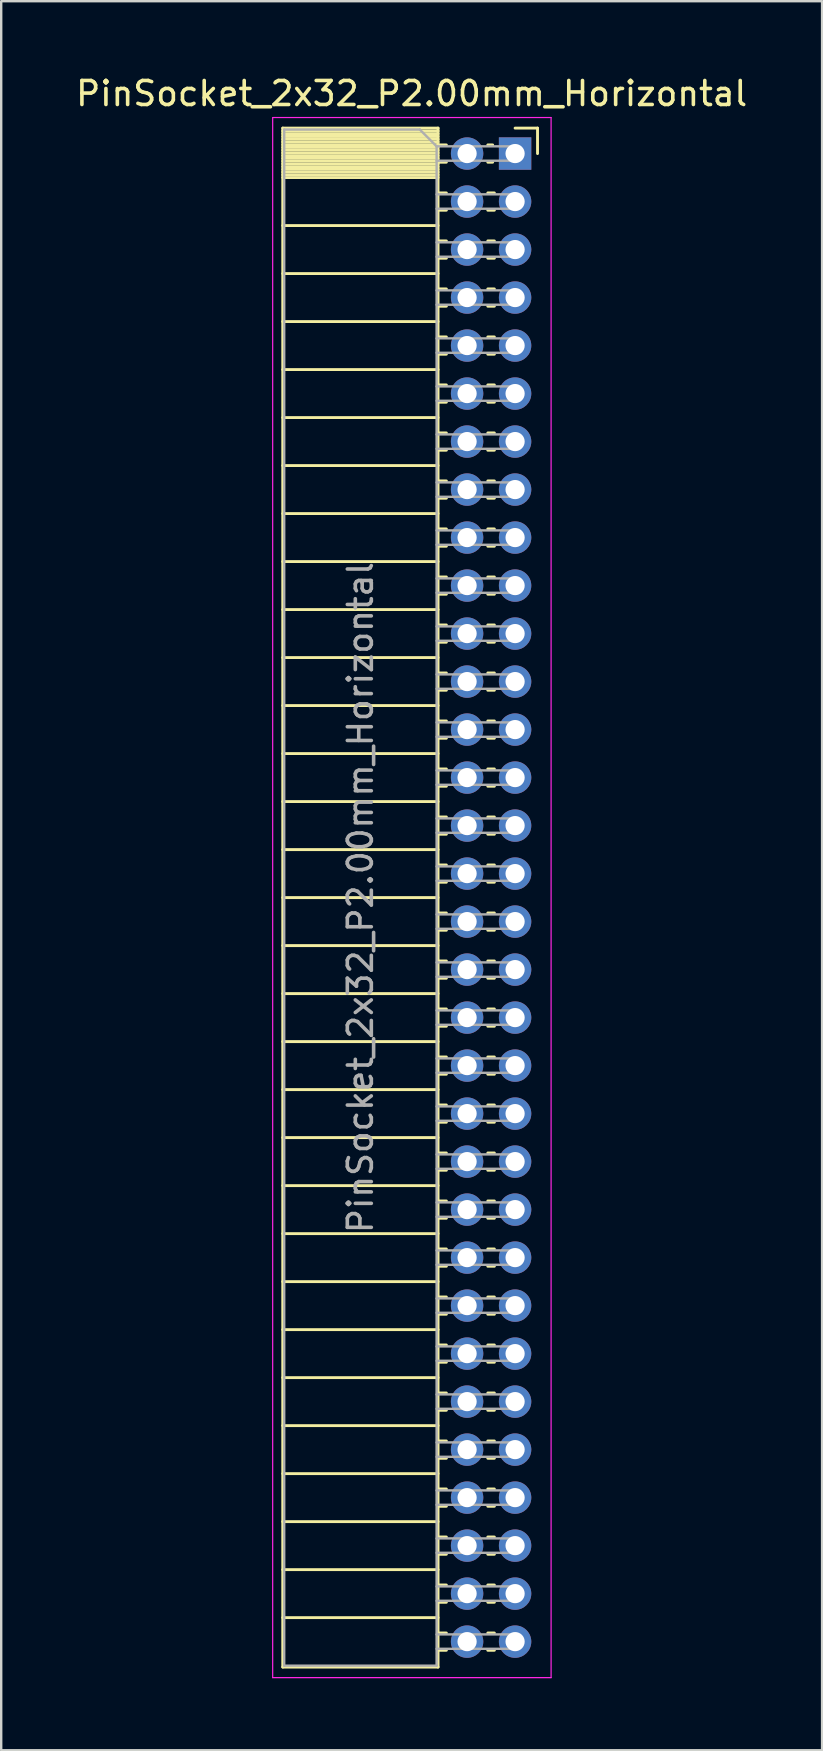
<source format=kicad_pcb>
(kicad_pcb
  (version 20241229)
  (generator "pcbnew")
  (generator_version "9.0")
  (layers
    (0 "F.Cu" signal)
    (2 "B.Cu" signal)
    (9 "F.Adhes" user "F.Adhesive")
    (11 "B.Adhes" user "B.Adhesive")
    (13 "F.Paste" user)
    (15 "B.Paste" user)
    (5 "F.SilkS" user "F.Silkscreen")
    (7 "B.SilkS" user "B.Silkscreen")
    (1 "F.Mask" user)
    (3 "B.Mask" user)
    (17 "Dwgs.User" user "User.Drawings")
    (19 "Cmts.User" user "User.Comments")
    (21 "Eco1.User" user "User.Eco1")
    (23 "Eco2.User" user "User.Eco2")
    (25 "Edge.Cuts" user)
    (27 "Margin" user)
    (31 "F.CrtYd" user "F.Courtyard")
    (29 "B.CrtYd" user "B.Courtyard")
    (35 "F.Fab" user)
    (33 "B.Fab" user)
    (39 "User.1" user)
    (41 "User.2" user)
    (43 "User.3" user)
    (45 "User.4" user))
  (footprint "PinSocket_2x32_P2.00mm_Horizontal"
    (layer "F.Cu")
    (at 18.411 3.348)
    (property "Reference" "PinSocket_2x32_P2.00mm_Horizontal" (at -4.31 -2.5 0) (layer "F.SilkS") (effects (font (size 1 1) (thickness 0.15))))
    (attr through_hole)
    (fp_line (start -9.68 -1.06) (end -9.68 63.06) (stroke (width 0.12) (type solid)) (layer "F.SilkS"))
    (fp_line (start -9.68 -1.06) (end -3.21 -1.06) (stroke (width 0.12) (type solid)) (layer "F.SilkS"))
    (fp_line (start -9.68 -0.94) (end -3.21 -0.94) (stroke (width 0.12) (type solid)) (layer "F.SilkS"))
    (fp_line (start -9.68 -0.826) (end -3.21 -0.826) (stroke (width 0.12) (type solid)) (layer "F.SilkS"))
    (fp_line (start -9.68 -0.712) (end -3.21 -0.712) (stroke (width 0.12) (type solid)) (layer "F.SilkS"))
    (fp_line (start -9.68 -0.598) (end -3.21 -0.598) (stroke (width 0.12) (type solid)) (layer "F.SilkS"))
    (fp_line (start -9.68 -0.484) (end -3.21 -0.484) (stroke (width 0.12) (type solid)) (layer "F.SilkS"))
    (fp_line (start -9.68 -0.369) (end -3.21 -0.369) (stroke (width 0.12) (type solid)) (layer "F.SilkS"))
    (fp_line (start -9.68 -0.255) (end -3.21 -0.255) (stroke (width 0.12) (type solid)) (layer "F.SilkS"))
    (fp_line (start -9.68 -0.141) (end -3.21 -0.141) (stroke (width 0.12) (type solid)) (layer "F.SilkS"))
    (fp_line (start -9.68 -0.027) (end -3.21 -0.027) (stroke (width 0.12) (type solid)) (layer "F.SilkS"))
    (fp_line (start -9.68 0.087) (end -3.21 0.087) (stroke (width 0.12) (type solid)) (layer "F.SilkS"))
    (fp_line (start -9.68 0.201) (end -3.21 0.201) (stroke (width 0.12) (type solid)) (layer "F.SilkS"))
    (fp_line (start -9.68 0.315) (end -3.21 0.315) (stroke (width 0.12) (type solid)) (layer "F.SilkS"))
    (fp_line (start -9.68 0.429) (end -3.21 0.429) (stroke (width 0.12) (type solid)) (layer "F.SilkS"))
    (fp_line (start -9.68 0.544) (end -3.21 0.544) (stroke (width 0.12) (type solid)) (layer "F.SilkS"))
    (fp_line (start -9.68 0.658) (end -3.21 0.658) (stroke (width 0.12) (type solid)) (layer "F.SilkS"))
    (fp_line (start -9.68 0.772) (end -3.21 0.772) (stroke (width 0.12) (type solid)) (layer "F.SilkS"))
    (fp_line (start -9.68 0.886) (end -3.21 0.886) (stroke (width 0.12) (type solid)) (layer "F.SilkS"))
    (fp_line (start -9.68 1) (end -3.21 1) (stroke (width 0.12) (type solid)) (layer "F.SilkS"))
    (fp_line (start -9.68 3) (end -3.21 3) (stroke (width 0.12) (type solid)) (layer "F.SilkS"))
    (fp_line (start -9.68 5) (end -3.21 5) (stroke (width 0.12) (type solid)) (layer "F.SilkS"))
    (fp_line (start -9.68 7) (end -3.21 7) (stroke (width 0.12) (type solid)) (layer "F.SilkS"))
    (fp_line (start -9.68 9) (end -3.21 9) (stroke (width 0.12) (type solid)) (layer "F.SilkS"))
    (fp_line (start -9.68 11) (end -3.21 11) (stroke (width 0.12) (type solid)) (layer "F.SilkS"))
    (fp_line (start -9.68 13) (end -3.21 13) (stroke (width 0.12) (type solid)) (layer "F.SilkS"))
    (fp_line (start -9.68 15) (end -3.21 15) (stroke (width 0.12) (type solid)) (layer "F.SilkS"))
    (fp_line (start -9.68 17) (end -3.21 17) (stroke (width 0.12) (type solid)) (layer "F.SilkS"))
    (fp_line (start -9.68 19) (end -3.21 19) (stroke (width 0.12) (type solid)) (layer "F.SilkS"))
    (fp_line (start -9.68 21) (end -3.21 21) (stroke (width 0.12) (type solid)) (layer "F.SilkS"))
    (fp_line (start -9.68 23) (end -3.21 23) (stroke (width 0.12) (type solid)) (layer "F.SilkS"))
    (fp_line (start -9.68 25) (end -3.21 25) (stroke (width 0.12) (type solid)) (layer "F.SilkS"))
    (fp_line (start -9.68 27) (end -3.21 27) (stroke (width 0.12) (type solid)) (layer "F.SilkS"))
    (fp_line (start -9.68 29) (end -3.21 29) (stroke (width 0.12) (type solid)) (layer "F.SilkS"))
    (fp_line (start -9.68 31) (end -3.21 31) (stroke (width 0.12) (type solid)) (layer "F.SilkS"))
    (fp_line (start -9.68 33) (end -3.21 33) (stroke (width 0.12) (type solid)) (layer "F.SilkS"))
    (fp_line (start -9.68 35) (end -3.21 35) (stroke (width 0.12) (type solid)) (layer "F.SilkS"))
    (fp_line (start -9.68 37) (end -3.21 37) (stroke (width 0.12) (type solid)) (layer "F.SilkS"))
    (fp_line (start -9.68 39) (end -3.21 39) (stroke (width 0.12) (type solid)) (layer "F.SilkS"))
    (fp_line (start -9.68 41) (end -3.21 41) (stroke (width 0.12) (type solid)) (layer "F.SilkS"))
    (fp_line (start -9.68 43) (end -3.21 43) (stroke (width 0.12) (type solid)) (layer "F.SilkS"))
    (fp_line (start -9.68 45) (end -3.21 45) (stroke (width 0.12) (type solid)) (layer "F.SilkS"))
    (fp_line (start -9.68 47) (end -3.21 47) (stroke (width 0.12) (type solid)) (layer "F.SilkS"))
    (fp_line (start -9.68 49) (end -3.21 49) (stroke (width 0.12) (type solid)) (layer "F.SilkS"))
    (fp_line (start -9.68 51) (end -3.21 51) (stroke (width 0.12) (type solid)) (layer "F.SilkS"))
    (fp_line (start -9.68 53) (end -3.21 53) (stroke (width 0.12) (type solid)) (layer "F.SilkS"))
    (fp_line (start -9.68 55) (end -3.21 55) (stroke (width 0.12) (type solid)) (layer "F.SilkS"))
    (fp_line (start -9.68 57) (end -3.21 57) (stroke (width 0.12) (type solid)) (layer "F.SilkS"))
    (fp_line (start -9.68 59) (end -3.21 59) (stroke (width 0.12) (type solid)) (layer "F.SilkS"))
    (fp_line (start -9.68 61) (end -3.21 61) (stroke (width 0.12) (type solid)) (layer "F.SilkS"))
    (fp_line (start -9.68 63.06) (end -3.21 63.06) (stroke (width 0.12) (type solid)) (layer "F.SilkS"))
    (fp_line (start -3.21 -1.06) (end -3.21 63.06) (stroke (width 0.12) (type solid)) (layer "F.SilkS"))
    (fp_line (start -3.21 -0.36) (end -2.863 -0.36) (stroke (width 0.12) (type solid)) (layer "F.SilkS"))
    (fp_line (start -3.21 0.36) (end -2.863 0.36) (stroke (width 0.12) (type solid)) (layer "F.SilkS"))
    (fp_line (start -3.21 1.64) (end -2.863 1.64) (stroke (width 0.12) (type solid)) (layer "F.SilkS"))
    (fp_line (start -3.21 2.36) (end -2.863 2.36) (stroke (width 0.12) (type solid)) (layer "F.SilkS"))
    (fp_line (start -3.21 3.64) (end -2.863 3.64) (stroke (width 0.12) (type solid)) (layer "F.SilkS"))
    (fp_line (start -3.21 4.36) (end -2.863 4.36) (stroke (width 0.12) (type solid)) (layer "F.SilkS"))
    (fp_line (start -3.21 5.64) (end -2.863 5.64) (stroke (width 0.12) (type solid)) (layer "F.SilkS"))
    (fp_line (start -3.21 6.36) (end -2.863 6.36) (stroke (width 0.12) (type solid)) (layer "F.SilkS"))
    (fp_line (start -3.21 7.64) (end -2.863 7.64) (stroke (width 0.12) (type solid)) (layer "F.SilkS"))
    (fp_line (start -3.21 8.36) (end -2.863 8.36) (stroke (width 0.12) (type solid)) (layer "F.SilkS"))
    (fp_line (start -3.21 9.64) (end -2.863 9.64) (stroke (width 0.12) (type solid)) (layer "F.SilkS"))
    (fp_line (start -3.21 10.36) (end -2.863 10.36) (stroke (width 0.12) (type solid)) (layer "F.SilkS"))
    (fp_line (start -3.21 11.64) (end -2.863 11.64) (stroke (width 0.12) (type solid)) (layer "F.SilkS"))
    (fp_line (start -3.21 12.36) (end -2.863 12.36) (stroke (width 0.12) (type solid)) (layer "F.SilkS"))
    (fp_line (start -3.21 13.64) (end -2.863 13.64) (stroke (width 0.12) (type solid)) (layer "F.SilkS"))
    (fp_line (start -3.21 14.36) (end -2.863 14.36) (stroke (width 0.12) (type solid)) (layer "F.SilkS"))
    (fp_line (start -3.21 15.64) (end -2.863 15.64) (stroke (width 0.12) (type solid)) (layer "F.SilkS"))
    (fp_line (start -3.21 16.36) (end -2.863 16.36) (stroke (width 0.12) (type solid)) (layer "F.SilkS"))
    (fp_line (start -3.21 17.64) (end -2.863 17.64) (stroke (width 0.12) (type solid)) (layer "F.SilkS"))
    (fp_line (start -3.21 18.36) (end -2.863 18.36) (stroke (width 0.12) (type solid)) (layer "F.SilkS"))
    (fp_line (start -3.21 19.64) (end -2.863 19.64) (stroke (width 0.12) (type solid)) (layer "F.SilkS"))
    (fp_line (start -3.21 20.36) (end -2.863 20.36) (stroke (width 0.12) (type solid)) (layer "F.SilkS"))
    (fp_line (start -3.21 21.64) (end -2.863 21.64) (stroke (width 0.12) (type solid)) (layer "F.SilkS"))
    (fp_line (start -3.21 22.36) (end -2.863 22.36) (stroke (width 0.12) (type solid)) (layer "F.SilkS"))
    (fp_line (start -3.21 23.64) (end -2.863 23.64) (stroke (width 0.12) (type solid)) (layer "F.SilkS"))
    (fp_line (start -3.21 24.36) (end -2.863 24.36) (stroke (width 0.12) (type solid)) (layer "F.SilkS"))
    (fp_line (start -3.21 25.64) (end -2.863 25.64) (stroke (width 0.12) (type solid)) (layer "F.SilkS"))
    (fp_line (start -3.21 26.36) (end -2.863 26.36) (stroke (width 0.12) (type solid)) (layer "F.SilkS"))
    (fp_line (start -3.21 27.64) (end -2.863 27.64) (stroke (width 0.12) (type solid)) (layer "F.SilkS"))
    (fp_line (start -3.21 28.36) (end -2.863 28.36) (stroke (width 0.12) (type solid)) (layer "F.SilkS"))
    (fp_line (start -3.21 29.64) (end -2.863 29.64) (stroke (width 0.12) (type solid)) (layer "F.SilkS"))
    (fp_line (start -3.21 30.36) (end -2.863 30.36) (stroke (width 0.12) (type solid)) (layer "F.SilkS"))
    (fp_line (start -3.21 31.64) (end -2.863 31.64) (stroke (width 0.12) (type solid)) (layer "F.SilkS"))
    (fp_line (start -3.21 32.36) (end -2.863 32.36) (stroke (width 0.12) (type solid)) (layer "F.SilkS"))
    (fp_line (start -3.21 33.64) (end -2.863 33.64) (stroke (width 0.12) (type solid)) (layer "F.SilkS"))
    (fp_line (start -3.21 34.36) (end -2.863 34.36) (stroke (width 0.12) (type solid)) (layer "F.SilkS"))
    (fp_line (start -3.21 35.64) (end -2.863 35.64) (stroke (width 0.12) (type solid)) (layer "F.SilkS"))
    (fp_line (start -3.21 36.36) (end -2.863 36.36) (stroke (width 0.12) (type solid)) (layer "F.SilkS"))
    (fp_line (start -3.21 37.64) (end -2.863 37.64) (stroke (width 0.12) (type solid)) (layer "F.SilkS"))
    (fp_line (start -3.21 38.36) (end -2.863 38.36) (stroke (width 0.12) (type solid)) (layer "F.SilkS"))
    (fp_line (start -3.21 39.64) (end -2.863 39.64) (stroke (width 0.12) (type solid)) (layer "F.SilkS"))
    (fp_line (start -3.21 40.36) (end -2.863 40.36) (stroke (width 0.12) (type solid)) (layer "F.SilkS"))
    (fp_line (start -3.21 41.64) (end -2.863 41.64) (stroke (width 0.12) (type solid)) (layer "F.SilkS"))
    (fp_line (start -3.21 42.36) (end -2.863 42.36) (stroke (width 0.12) (type solid)) (layer "F.SilkS"))
    (fp_line (start -3.21 43.64) (end -2.863 43.64) (stroke (width 0.12) (type solid)) (layer "F.SilkS"))
    (fp_line (start -3.21 44.36) (end -2.863 44.36) (stroke (width 0.12) (type solid)) (layer "F.SilkS"))
    (fp_line (start -3.21 45.64) (end -2.863 45.64) (stroke (width 0.12) (type solid)) (layer "F.SilkS"))
    (fp_line (start -3.21 46.36) (end -2.863 46.36) (stroke (width 0.12) (type solid)) (layer "F.SilkS"))
    (fp_line (start -3.21 47.64) (end -2.863 47.64) (stroke (width 0.12) (type solid)) (layer "F.SilkS"))
    (fp_line (start -3.21 48.36) (end -2.863 48.36) (stroke (width 0.12) (type solid)) (layer "F.SilkS"))
    (fp_line (start -3.21 49.64) (end -2.863 49.64) (stroke (width 0.12) (type solid)) (layer "F.SilkS"))
    (fp_line (start -3.21 50.36) (end -2.863 50.36) (stroke (width 0.12) (type solid)) (layer "F.SilkS"))
    (fp_line (start -3.21 51.64) (end -2.863 51.64) (stroke (width 0.12) (type solid)) (layer "F.SilkS"))
    (fp_line (start -3.21 52.36) (end -2.863 52.36) (stroke (width 0.12) (type solid)) (layer "F.SilkS"))
    (fp_line (start -3.21 53.64) (end -2.863 53.64) (stroke (width 0.12) (type solid)) (layer "F.SilkS"))
    (fp_line (start -3.21 54.36) (end -2.863 54.36) (stroke (width 0.12) (type solid)) (layer "F.SilkS"))
    (fp_line (start -3.21 55.64) (end -2.863 55.64) (stroke (width 0.12) (type solid)) (layer "F.SilkS"))
    (fp_line (start -3.21 56.36) (end -2.863 56.36) (stroke (width 0.12) (type solid)) (layer "F.SilkS"))
    (fp_line (start -3.21 57.64) (end -2.863 57.64) (stroke (width 0.12) (type solid)) (layer "F.SilkS"))
    (fp_line (start -3.21 58.36) (end -2.863 58.36) (stroke (width 0.12) (type solid)) (layer "F.SilkS"))
    (fp_line (start -3.21 59.64) (end -2.863 59.64) (stroke (width 0.12) (type solid)) (layer "F.SilkS"))
    (fp_line (start -3.21 60.36) (end -2.863 60.36) (stroke (width 0.12) (type solid)) (layer "F.SilkS"))
    (fp_line (start -3.21 61.64) (end -2.863 61.64) (stroke (width 0.12) (type solid)) (layer "F.SilkS"))
    (fp_line (start -3.21 62.36) (end -2.863 62.36) (stroke (width 0.12) (type solid)) (layer "F.SilkS"))
    (fp_line (start -1.137 -0.36) (end -0.935 -0.36) (stroke (width 0.12) (type solid)) (layer "F.SilkS"))
    (fp_line (start -1.137 0.36) (end -0.935 0.36) (stroke (width 0.12) (type solid)) (layer "F.SilkS"))
    (fp_line (start -1.137 1.64) (end -0.863 1.64) (stroke (width 0.12) (type solid)) (layer "F.SilkS"))
    (fp_line (start -1.137 2.36) (end -0.863 2.36) (stroke (width 0.12) (type solid)) (layer "F.SilkS"))
    (fp_line (start -1.137 3.64) (end -0.863 3.64) (stroke (width 0.12) (type solid)) (layer "F.SilkS"))
    (fp_line (start -1.137 4.36) (end -0.863 4.36) (stroke (width 0.12) (type solid)) (layer "F.SilkS"))
    (fp_line (start -1.137 5.64) (end -0.863 5.64) (stroke (width 0.12) (type solid)) (layer "F.SilkS"))
    (fp_line (start -1.137 6.36) (end -0.863 6.36) (stroke (width 0.12) (type solid)) (layer "F.SilkS"))
    (fp_line (start -1.137 7.64) (end -0.863 7.64) (stroke (width 0.12) (type solid)) (layer "F.SilkS"))
    (fp_line (start -1.137 8.36) (end -0.863 8.36) (stroke (width 0.12) (type solid)) (layer "F.SilkS"))
    (fp_line (start -1.137 9.64) (end -0.863 9.64) (stroke (width 0.12) (type solid)) (layer "F.SilkS"))
    (fp_line (start -1.137 10.36) (end -0.863 10.36) (stroke (width 0.12) (type solid)) (layer "F.SilkS"))
    (fp_line (start -1.137 11.64) (end -0.863 11.64) (stroke (width 0.12) (type solid)) (layer "F.SilkS"))
    (fp_line (start -1.137 12.36) (end -0.863 12.36) (stroke (width 0.12) (type solid)) (layer "F.SilkS"))
    (fp_line (start -1.137 13.64) (end -0.863 13.64) (stroke (width 0.12) (type solid)) (layer "F.SilkS"))
    (fp_line (start -1.137 14.36) (end -0.863 14.36) (stroke (width 0.12) (type solid)) (layer "F.SilkS"))
    (fp_line (start -1.137 15.64) (end -0.863 15.64) (stroke (width 0.12) (type solid)) (layer "F.SilkS"))
    (fp_line (start -1.137 16.36) (end -0.863 16.36) (stroke (width 0.12) (type solid)) (layer "F.SilkS"))
    (fp_line (start -1.137 17.64) (end -0.863 17.64) (stroke (width 0.12) (type solid)) (layer "F.SilkS"))
    (fp_line (start -1.137 18.36) (end -0.863 18.36) (stroke (width 0.12) (type solid)) (layer "F.SilkS"))
    (fp_line (start -1.137 19.64) (end -0.863 19.64) (stroke (width 0.12) (type solid)) (layer "F.SilkS"))
    (fp_line (start -1.137 20.36) (end -0.863 20.36) (stroke (width 0.12) (type solid)) (layer "F.SilkS"))
    (fp_line (start -1.137 21.64) (end -0.863 21.64) (stroke (width 0.12) (type solid)) (layer "F.SilkS"))
    (fp_line (start -1.137 22.36) (end -0.863 22.36) (stroke (width 0.12) (type solid)) (layer "F.SilkS"))
    (fp_line (start -1.137 23.64) (end -0.863 23.64) (stroke (width 0.12) (type solid)) (layer "F.SilkS"))
    (fp_line (start -1.137 24.36) (end -0.863 24.36) (stroke (width 0.12) (type solid)) (layer "F.SilkS"))
    (fp_line (start -1.137 25.64) (end -0.863 25.64) (stroke (width 0.12) (type solid)) (layer "F.SilkS"))
    (fp_line (start -1.137 26.36) (end -0.863 26.36) (stroke (width 0.12) (type solid)) (layer "F.SilkS"))
    (fp_line (start -1.137 27.64) (end -0.863 27.64) (stroke (width 0.12) (type solid)) (layer "F.SilkS"))
    (fp_line (start -1.137 28.36) (end -0.863 28.36) (stroke (width 0.12) (type solid)) (layer "F.SilkS"))
    (fp_line (start -1.137 29.64) (end -0.863 29.64) (stroke (width 0.12) (type solid)) (layer "F.SilkS"))
    (fp_line (start -1.137 30.36) (end -0.863 30.36) (stroke (width 0.12) (type solid)) (layer "F.SilkS"))
    (fp_line (start -1.137 31.64) (end -0.863 31.64) (stroke (width 0.12) (type solid)) (layer "F.SilkS"))
    (fp_line (start -1.137 32.36) (end -0.863 32.36) (stroke (width 0.12) (type solid)) (layer "F.SilkS"))
    (fp_line (start -1.137 33.64) (end -0.863 33.64) (stroke (width 0.12) (type solid)) (layer "F.SilkS"))
    (fp_line (start -1.137 34.36) (end -0.863 34.36) (stroke (width 0.12) (type solid)) (layer "F.SilkS"))
    (fp_line (start -1.137 35.64) (end -0.863 35.64) (stroke (width 0.12) (type solid)) (layer "F.SilkS"))
    (fp_line (start -1.137 36.36) (end -0.863 36.36) (stroke (width 0.12) (type solid)) (layer "F.SilkS"))
    (fp_line (start -1.137 37.64) (end -0.863 37.64) (stroke (width 0.12) (type solid)) (layer "F.SilkS"))
    (fp_line (start -1.137 38.36) (end -0.863 38.36) (stroke (width 0.12) (type solid)) (layer "F.SilkS"))
    (fp_line (start -1.137 39.64) (end -0.863 39.64) (stroke (width 0.12) (type solid)) (layer "F.SilkS"))
    (fp_line (start -1.137 40.36) (end -0.863 40.36) (stroke (width 0.12) (type solid)) (layer "F.SilkS"))
    (fp_line (start -1.137 41.64) (end -0.863 41.64) (stroke (width 0.12) (type solid)) (layer "F.SilkS"))
    (fp_line (start -1.137 42.36) (end -0.863 42.36) (stroke (width 0.12) (type solid)) (layer "F.SilkS"))
    (fp_line (start -1.137 43.64) (end -0.863 43.64) (stroke (width 0.12) (type solid)) (layer "F.SilkS"))
    (fp_line (start -1.137 44.36) (end -0.863 44.36) (stroke (width 0.12) (type solid)) (layer "F.SilkS"))
    (fp_line (start -1.137 45.64) (end -0.863 45.64) (stroke (width 0.12) (type solid)) (layer "F.SilkS"))
    (fp_line (start -1.137 46.36) (end -0.863 46.36) (stroke (width 0.12) (type solid)) (layer "F.SilkS"))
    (fp_line (start -1.137 47.64) (end -0.863 47.64) (stroke (width 0.12) (type solid)) (layer "F.SilkS"))
    (fp_line (start -1.137 48.36) (end -0.863 48.36) (stroke (width 0.12) (type solid)) (layer "F.SilkS"))
    (fp_line (start -1.137 49.64) (end -0.863 49.64) (stroke (width 0.12) (type solid)) (layer "F.SilkS"))
    (fp_line (start -1.137 50.36) (end -0.863 50.36) (stroke (width 0.12) (type solid)) (layer "F.SilkS"))
    (fp_line (start -1.137 51.64) (end -0.863 51.64) (stroke (width 0.12) (type solid)) (layer "F.SilkS"))
    (fp_line (start -1.137 52.36) (end -0.863 52.36) (stroke (width 0.12) (type solid)) (layer "F.SilkS"))
    (fp_line (start -1.137 53.64) (end -0.863 53.64) (stroke (width 0.12) (type solid)) (layer "F.SilkS"))
    (fp_line (start -1.137 54.36) (end -0.863 54.36) (stroke (width 0.12) (type solid)) (layer "F.SilkS"))
    (fp_line (start -1.137 55.64) (end -0.863 55.64) (stroke (width 0.12) (type solid)) (layer "F.SilkS"))
    (fp_line (start -1.137 56.36) (end -0.863 56.36) (stroke (width 0.12) (type solid)) (layer "F.SilkS"))
    (fp_line (start -1.137 57.64) (end -0.863 57.64) (stroke (width 0.12) (type solid)) (layer "F.SilkS"))
    (fp_line (start -1.137 58.36) (end -0.863 58.36) (stroke (width 0.12) (type solid)) (layer "F.SilkS"))
    (fp_line (start -1.137 59.64) (end -0.863 59.64) (stroke (width 0.12) (type solid)) (layer "F.SilkS"))
    (fp_line (start -1.137 60.36) (end -0.863 60.36) (stroke (width 0.12) (type solid)) (layer "F.SilkS"))
    (fp_line (start -1.137 61.64) (end -0.863 61.64) (stroke (width 0.12) (type solid)) (layer "F.SilkS"))
    (fp_line (start -1.137 62.36) (end -0.863 62.36) (stroke (width 0.12) (type solid)) (layer "F.SilkS"))
    (fp_line (start 0 -1.06) (end 0.935 -1.06) (stroke (width 0.12) (type solid)) (layer "F.SilkS"))
    (fp_line (start 0.935 -1.06) (end 0.935 0) (stroke (width 0.12) (type solid)) (layer "F.SilkS"))
    (fp_line (start -10.1 -1.5) (end -10.1 63.5) (stroke (width 0.05) (type solid)) (layer "F.CrtYd"))
    (fp_line (start -10.1 63.5) (end 1.5 63.5) (stroke (width 0.05) (type solid)) (layer "F.CrtYd"))
    (fp_line (start 1.5 -1.5) (end -10.1 -1.5) (stroke (width 0.05) (type solid)) (layer "F.CrtYd"))
    (fp_line (start 1.5 63.5) (end 1.5 -1.5) (stroke (width 0.05) (type solid)) (layer "F.CrtYd"))
    (fp_line (start -9.62 -1) (end -3.97 -1) (stroke (width 0.1) (type solid)) (layer "F.Fab"))
    (fp_line (start -9.62 63) (end -9.62 -1) (stroke (width 0.1) (type solid)) (layer "F.Fab"))
    (fp_line (start -3.97 -1) (end -3.27 -0.3) (stroke (width 0.1) (type solid)) (layer "F.Fab"))
    (fp_line (start -3.27 -0.3) (end -3.27 63) (stroke (width 0.1) (type solid)) (layer "F.Fab"))
    (fp_line (start -3.27 0.3) (end 0 0.3) (stroke (width 0.1) (type solid)) (layer "F.Fab"))
    (fp_line (start -3.27 2.3) (end 0 2.3) (stroke (width 0.1) (type solid)) (layer "F.Fab"))
    (fp_line (start -3.27 4.3) (end 0 4.3) (stroke (width 0.1) (type solid)) (layer "F.Fab"))
    (fp_line (start -3.27 6.3) (end 0 6.3) (stroke (width 0.1) (type solid)) (layer "F.Fab"))
    (fp_line (start -3.27 8.3) (end 0 8.3) (stroke (width 0.1) (type solid)) (layer "F.Fab"))
    (fp_line (start -3.27 10.3) (end 0 10.3) (stroke (width 0.1) (type solid)) (layer "F.Fab"))
    (fp_line (start -3.27 12.3) (end 0 12.3) (stroke (width 0.1) (type solid)) (layer "F.Fab"))
    (fp_line (start -3.27 14.3) (end 0 14.3) (stroke (width 0.1) (type solid)) (layer "F.Fab"))
    (fp_line (start -3.27 16.3) (end 0 16.3) (stroke (width 0.1) (type solid)) (layer "F.Fab"))
    (fp_line (start -3.27 18.3) (end 0 18.3) (stroke (width 0.1) (type solid)) (layer "F.Fab"))
    (fp_line (start -3.27 20.3) (end 0 20.3) (stroke (width 0.1) (type solid)) (layer "F.Fab"))
    (fp_line (start -3.27 22.3) (end 0 22.3) (stroke (width 0.1) (type solid)) (layer "F.Fab"))
    (fp_line (start -3.27 24.3) (end 0 24.3) (stroke (width 0.1) (type solid)) (layer "F.Fab"))
    (fp_line (start -3.27 26.3) (end 0 26.3) (stroke (width 0.1) (type solid)) (layer "F.Fab"))
    (fp_line (start -3.27 28.3) (end 0 28.3) (stroke (width 0.1) (type solid)) (layer "F.Fab"))
    (fp_line (start -3.27 30.3) (end 0 30.3) (stroke (width 0.1) (type solid)) (layer "F.Fab"))
    (fp_line (start -3.27 32.3) (end 0 32.3) (stroke (width 0.1) (type solid)) (layer "F.Fab"))
    (fp_line (start -3.27 34.3) (end 0 34.3) (stroke (width 0.1) (type solid)) (layer "F.Fab"))
    (fp_line (start -3.27 36.3) (end 0 36.3) (stroke (width 0.1) (type solid)) (layer "F.Fab"))
    (fp_line (start -3.27 38.3) (end 0 38.3) (stroke (width 0.1) (type solid)) (layer "F.Fab"))
    (fp_line (start -3.27 40.3) (end 0 40.3) (stroke (width 0.1) (type solid)) (layer "F.Fab"))
    (fp_line (start -3.27 42.3) (end 0 42.3) (stroke (width 0.1) (type solid)) (layer "F.Fab"))
    (fp_line (start -3.27 44.3) (end 0 44.3) (stroke (width 0.1) (type solid)) (layer "F.Fab"))
    (fp_line (start -3.27 46.3) (end 0 46.3) (stroke (width 0.1) (type solid)) (layer "F.Fab"))
    (fp_line (start -3.27 48.3) (end 0 48.3) (stroke (width 0.1) (type solid)) (layer "F.Fab"))
    (fp_line (start -3.27 50.3) (end 0 50.3) (stroke (width 0.1) (type solid)) (layer "F.Fab"))
    (fp_line (start -3.27 52.3) (end 0 52.3) (stroke (width 0.1) (type solid)) (layer "F.Fab"))
    (fp_line (start -3.27 54.3) (end 0 54.3) (stroke (width 0.1) (type solid)) (layer "F.Fab"))
    (fp_line (start -3.27 56.3) (end 0 56.3) (stroke (width 0.1) (type solid)) (layer "F.Fab"))
    (fp_line (start -3.27 58.3) (end 0 58.3) (stroke (width 0.1) (type solid)) (layer "F.Fab"))
    (fp_line (start -3.27 60.3) (end 0 60.3) (stroke (width 0.1) (type solid)) (layer "F.Fab"))
    (fp_line (start -3.27 62.3) (end 0 62.3) (stroke (width 0.1) (type solid)) (layer "F.Fab"))
    (fp_line (start -3.27 63) (end -9.62 63) (stroke (width 0.1) (type solid)) (layer "F.Fab"))
    (fp_line (start 0 -0.3) (end -3.27 -0.3) (stroke (width 0.1) (type solid)) (layer "F.Fab"))
    (fp_line (start 0 0.3) (end 0 -0.3) (stroke (width 0.1) (type solid)) (layer "F.Fab"))
    (fp_line (start 0 1.7) (end -3.27 1.7) (stroke (width 0.1) (type solid)) (layer "F.Fab"))
    (fp_line (start 0 2.3) (end 0 1.7) (stroke (width 0.1) (type solid)) (layer "F.Fab"))
    (fp_line (start 0 3.7) (end -3.27 3.7) (stroke (width 0.1) (type solid)) (layer "F.Fab"))
    (fp_line (start 0 4.3) (end 0 3.7) (stroke (width 0.1) (type solid)) (layer "F.Fab"))
    (fp_line (start 0 5.7) (end -3.27 5.7) (stroke (width 0.1) (type solid)) (layer "F.Fab"))
    (fp_line (start 0 6.3) (end 0 5.7) (stroke (width 0.1) (type solid)) (layer "F.Fab"))
    (fp_line (start 0 7.7) (end -3.27 7.7) (stroke (width 0.1) (type solid)) (layer "F.Fab"))
    (fp_line (start 0 8.3) (end 0 7.7) (stroke (width 0.1) (type solid)) (layer "F.Fab"))
    (fp_line (start 0 9.7) (end -3.27 9.7) (stroke (width 0.1) (type solid)) (layer "F.Fab"))
    (fp_line (start 0 10.3) (end 0 9.7) (stroke (width 0.1) (type solid)) (layer "F.Fab"))
    (fp_line (start 0 11.7) (end -3.27 11.7) (stroke (width 0.1) (type solid)) (layer "F.Fab"))
    (fp_line (start 0 12.3) (end 0 11.7) (stroke (width 0.1) (type solid)) (layer "F.Fab"))
    (fp_line (start 0 13.7) (end -3.27 13.7) (stroke (width 0.1) (type solid)) (layer "F.Fab"))
    (fp_line (start 0 14.3) (end 0 13.7) (stroke (width 0.1) (type solid)) (layer "F.Fab"))
    (fp_line (start 0 15.7) (end -3.27 15.7) (stroke (width 0.1) (type solid)) (layer "F.Fab"))
    (fp_line (start 0 16.3) (end 0 15.7) (stroke (width 0.1) (type solid)) (layer "F.Fab"))
    (fp_line (start 0 17.7) (end -3.27 17.7) (stroke (width 0.1) (type solid)) (layer "F.Fab"))
    (fp_line (start 0 18.3) (end 0 17.7) (stroke (width 0.1) (type solid)) (layer "F.Fab"))
    (fp_line (start 0 19.7) (end -3.27 19.7) (stroke (width 0.1) (type solid)) (layer "F.Fab"))
    (fp_line (start 0 20.3) (end 0 19.7) (stroke (width 0.1) (type solid)) (layer "F.Fab"))
    (fp_line (start 0 21.7) (end -3.27 21.7) (stroke (width 0.1) (type solid)) (layer "F.Fab"))
    (fp_line (start 0 22.3) (end 0 21.7) (stroke (width 0.1) (type solid)) (layer "F.Fab"))
    (fp_line (start 0 23.7) (end -3.27 23.7) (stroke (width 0.1) (type solid)) (layer "F.Fab"))
    (fp_line (start 0 24.3) (end 0 23.7) (stroke (width 0.1) (type solid)) (layer "F.Fab"))
    (fp_line (start 0 25.7) (end -3.27 25.7) (stroke (width 0.1) (type solid)) (layer "F.Fab"))
    (fp_line (start 0 26.3) (end 0 25.7) (stroke (width 0.1) (type solid)) (layer "F.Fab"))
    (fp_line (start 0 27.7) (end -3.27 27.7) (stroke (width 0.1) (type solid)) (layer "F.Fab"))
    (fp_line (start 0 28.3) (end 0 27.7) (stroke (width 0.1) (type solid)) (layer "F.Fab"))
    (fp_line (start 0 29.7) (end -3.27 29.7) (stroke (width 0.1) (type solid)) (layer "F.Fab"))
    (fp_line (start 0 30.3) (end 0 29.7) (stroke (width 0.1) (type solid)) (layer "F.Fab"))
    (fp_line (start 0 31.7) (end -3.27 31.7) (stroke (width 0.1) (type solid)) (layer "F.Fab"))
    (fp_line (start 0 32.3) (end 0 31.7) (stroke (width 0.1) (type solid)) (layer "F.Fab"))
    (fp_line (start 0 33.7) (end -3.27 33.7) (stroke (width 0.1) (type solid)) (layer "F.Fab"))
    (fp_line (start 0 34.3) (end 0 33.7) (stroke (width 0.1) (type solid)) (layer "F.Fab"))
    (fp_line (start 0 35.7) (end -3.27 35.7) (stroke (width 0.1) (type solid)) (layer "F.Fab"))
    (fp_line (start 0 36.3) (end 0 35.7) (stroke (width 0.1) (type solid)) (layer "F.Fab"))
    (fp_line (start 0 37.7) (end -3.27 37.7) (stroke (width 0.1) (type solid)) (layer "F.Fab"))
    (fp_line (start 0 38.3) (end 0 37.7) (stroke (width 0.1) (type solid)) (layer "F.Fab"))
    (fp_line (start 0 39.7) (end -3.27 39.7) (stroke (width 0.1) (type solid)) (layer "F.Fab"))
    (fp_line (start 0 40.3) (end 0 39.7) (stroke (width 0.1) (type solid)) (layer "F.Fab"))
    (fp_line (start 0 41.7) (end -3.27 41.7) (stroke (width 0.1) (type solid)) (layer "F.Fab"))
    (fp_line (start 0 42.3) (end 0 41.7) (stroke (width 0.1) (type solid)) (layer "F.Fab"))
    (fp_line (start 0 43.7) (end -3.27 43.7) (stroke (width 0.1) (type solid)) (layer "F.Fab"))
    (fp_line (start 0 44.3) (end 0 43.7) (stroke (width 0.1) (type solid)) (layer "F.Fab"))
    (fp_line (start 0 45.7) (end -3.27 45.7) (stroke (width 0.1) (type solid)) (layer "F.Fab"))
    (fp_line (start 0 46.3) (end 0 45.7) (stroke (width 0.1) (type solid)) (layer "F.Fab"))
    (fp_line (start 0 47.7) (end -3.27 47.7) (stroke (width 0.1) (type solid)) (layer "F.Fab"))
    (fp_line (start 0 48.3) (end 0 47.7) (stroke (width 0.1) (type solid)) (layer "F.Fab"))
    (fp_line (start 0 49.7) (end -3.27 49.7) (stroke (width 0.1) (type solid)) (layer "F.Fab"))
    (fp_line (start 0 50.3) (end 0 49.7) (stroke (width 0.1) (type solid)) (layer "F.Fab"))
    (fp_line (start 0 51.7) (end -3.27 51.7) (stroke (width 0.1) (type solid)) (layer "F.Fab"))
    (fp_line (start 0 52.3) (end 0 51.7) (stroke (width 0.1) (type solid)) (layer "F.Fab"))
    (fp_line (start 0 53.7) (end -3.27 53.7) (stroke (width 0.1) (type solid)) (layer "F.Fab"))
    (fp_line (start 0 54.3) (end 0 53.7) (stroke (width 0.1) (type solid)) (layer "F.Fab"))
    (fp_line (start 0 55.7) (end -3.27 55.7) (stroke (width 0.1) (type solid)) (layer "F.Fab"))
    (fp_line (start 0 56.3) (end 0 55.7) (stroke (width 0.1) (type solid)) (layer "F.Fab"))
    (fp_line (start 0 57.7) (end -3.27 57.7) (stroke (width 0.1) (type solid)) (layer "F.Fab"))
    (fp_line (start 0 58.3) (end 0 57.7) (stroke (width 0.1) (type solid)) (layer "F.Fab"))
    (fp_line (start 0 59.7) (end -3.27 59.7) (stroke (width 0.1) (type solid)) (layer "F.Fab"))
    (fp_line (start 0 60.3) (end 0 59.7) (stroke (width 0.1) (type solid)) (layer "F.Fab"))
    (fp_line (start 0 61.7) (end -3.27 61.7) (stroke (width 0.1) (type solid)) (layer "F.Fab"))
    (fp_line (start 0 62.3) (end 0 61.7) (stroke (width 0.1) (type solid)) (layer "F.Fab"))
    (fp_text user "${REFERENCE}" (at -6.445 31 90) (layer "F.Fab") (effects (font (size 1 1) (thickness 0.15))))
    (pad "1" thru_hole rect (at 0 0) (size 1.35 1.35) (drill 0.8) (layers "*.Cu" "*.Mask"))
    (pad "2" thru_hole circle (at -2 0) (size 1.35 1.35) (drill 0.8) (layers "*.Cu" "*.Mask"))
    (pad "3" thru_hole circle (at 0 2) (size 1.35 1.35) (drill 0.8) (layers "*.Cu" "*.Mask"))
    (pad "4" thru_hole circle (at -2 2) (size 1.35 1.35) (drill 0.8) (layers "*.Cu" "*.Mask"))
    (pad "5" thru_hole circle (at 0 4) (size 1.35 1.35) (drill 0.8) (layers "*.Cu" "*.Mask"))
    (pad "6" thru_hole circle (at -2 4) (size 1.35 1.35) (drill 0.8) (layers "*.Cu" "*.Mask"))
    (pad "7" thru_hole circle (at 0 6) (size 1.35 1.35) (drill 0.8) (layers "*.Cu" "*.Mask"))
    (pad "8" thru_hole circle (at -2 6) (size 1.35 1.35) (drill 0.8) (layers "*.Cu" "*.Mask"))
    (pad "9" thru_hole circle (at 0 8) (size 1.35 1.35) (drill 0.8) (layers "*.Cu" "*.Mask"))
    (pad "10" thru_hole circle (at -2 8) (size 1.35 1.35) (drill 0.8) (layers "*.Cu" "*.Mask"))
    (pad "11" thru_hole circle (at 0 10) (size 1.35 1.35) (drill 0.8) (layers "*.Cu" "*.Mask"))
    (pad "12" thru_hole circle (at -2 10) (size 1.35 1.35) (drill 0.8) (layers "*.Cu" "*.Mask"))
    (pad "13" thru_hole circle (at 0 12) (size 1.35 1.35) (drill 0.8) (layers "*.Cu" "*.Mask"))
    (pad "14" thru_hole circle (at -2 12) (size 1.35 1.35) (drill 0.8) (layers "*.Cu" "*.Mask"))
    (pad "15" thru_hole circle (at 0 14) (size 1.35 1.35) (drill 0.8) (layers "*.Cu" "*.Mask"))
    (pad "16" thru_hole circle (at -2 14) (size 1.35 1.35) (drill 0.8) (layers "*.Cu" "*.Mask"))
    (pad "17" thru_hole circle (at 0 16) (size 1.35 1.35) (drill 0.8) (layers "*.Cu" "*.Mask"))
    (pad "18" thru_hole circle (at -2 16) (size 1.35 1.35) (drill 0.8) (layers "*.Cu" "*.Mask"))
    (pad "19" thru_hole circle (at 0 18) (size 1.35 1.35) (drill 0.8) (layers "*.Cu" "*.Mask"))
    (pad "20" thru_hole circle (at -2 18) (size 1.35 1.35) (drill 0.8) (layers "*.Cu" "*.Mask"))
    (pad "21" thru_hole circle (at 0 20) (size 1.35 1.35) (drill 0.8) (layers "*.Cu" "*.Mask"))
    (pad "22" thru_hole circle (at -2 20) (size 1.35 1.35) (drill 0.8) (layers "*.Cu" "*.Mask"))
    (pad "23" thru_hole circle (at 0 22) (size 1.35 1.35) (drill 0.8) (layers "*.Cu" "*.Mask"))
    (pad "24" thru_hole circle (at -2 22) (size 1.35 1.35) (drill 0.8) (layers "*.Cu" "*.Mask"))
    (pad "25" thru_hole circle (at 0 24) (size 1.35 1.35) (drill 0.8) (layers "*.Cu" "*.Mask"))
    (pad "26" thru_hole circle (at -2 24) (size 1.35 1.35) (drill 0.8) (layers "*.Cu" "*.Mask"))
    (pad "27" thru_hole circle (at 0 26) (size 1.35 1.35) (drill 0.8) (layers "*.Cu" "*.Mask"))
    (pad "28" thru_hole circle (at -2 26) (size 1.35 1.35) (drill 0.8) (layers "*.Cu" "*.Mask"))
    (pad "29" thru_hole circle (at 0 28) (size 1.35 1.35) (drill 0.8) (layers "*.Cu" "*.Mask"))
    (pad "30" thru_hole circle (at -2 28) (size 1.35 1.35) (drill 0.8) (layers "*.Cu" "*.Mask"))
    (pad "31" thru_hole circle (at 0 30) (size 1.35 1.35) (drill 0.8) (layers "*.Cu" "*.Mask"))
    (pad "32" thru_hole circle (at -2 30) (size 1.35 1.35) (drill 0.8) (layers "*.Cu" "*.Mask"))
    (pad "33" thru_hole circle (at 0 32) (size 1.35 1.35) (drill 0.8) (layers "*.Cu" "*.Mask"))
    (pad "34" thru_hole circle (at -2 32) (size 1.35 1.35) (drill 0.8) (layers "*.Cu" "*.Mask"))
    (pad "35" thru_hole circle (at 0 34) (size 1.35 1.35) (drill 0.8) (layers "*.Cu" "*.Mask"))
    (pad "36" thru_hole circle (at -2 34) (size 1.35 1.35) (drill 0.8) (layers "*.Cu" "*.Mask"))
    (pad "37" thru_hole circle (at 0 36) (size 1.35 1.35) (drill 0.8) (layers "*.Cu" "*.Mask"))
    (pad "38" thru_hole circle (at -2 36) (size 1.35 1.35) (drill 0.8) (layers "*.Cu" "*.Mask"))
    (pad "39" thru_hole circle (at 0 38) (size 1.35 1.35) (drill 0.8) (layers "*.Cu" "*.Mask"))
    (pad "40" thru_hole circle (at -2 38) (size 1.35 1.35) (drill 0.8) (layers "*.Cu" "*.Mask"))
    (pad "41" thru_hole circle (at 0 40) (size 1.35 1.35) (drill 0.8) (layers "*.Cu" "*.Mask"))
    (pad "42" thru_hole circle (at -2 40) (size 1.35 1.35) (drill 0.8) (layers "*.Cu" "*.Mask"))
    (pad "43" thru_hole circle (at 0 42) (size 1.35 1.35) (drill 0.8) (layers "*.Cu" "*.Mask"))
    (pad "44" thru_hole circle (at -2 42) (size 1.35 1.35) (drill 0.8) (layers "*.Cu" "*.Mask"))
    (pad "45" thru_hole circle (at 0 44) (size 1.35 1.35) (drill 0.8) (layers "*.Cu" "*.Mask"))
    (pad "46" thru_hole circle (at -2 44) (size 1.35 1.35) (drill 0.8) (layers "*.Cu" "*.Mask"))
    (pad "47" thru_hole circle (at 0 46) (size 1.35 1.35) (drill 0.8) (layers "*.Cu" "*.Mask"))
    (pad "48" thru_hole circle (at -2 46) (size 1.35 1.35) (drill 0.8) (layers "*.Cu" "*.Mask"))
    (pad "49" thru_hole circle (at 0 48) (size 1.35 1.35) (drill 0.8) (layers "*.Cu" "*.Mask"))
    (pad "50" thru_hole circle (at -2 48) (size 1.35 1.35) (drill 0.8) (layers "*.Cu" "*.Mask"))
    (pad "51" thru_hole circle (at 0 50) (size 1.35 1.35) (drill 0.8) (layers "*.Cu" "*.Mask"))
    (pad "52" thru_hole circle (at -2 50) (size 1.35 1.35) (drill 0.8) (layers "*.Cu" "*.Mask"))
    (pad "53" thru_hole circle (at 0 52) (size 1.35 1.35) (drill 0.8) (layers "*.Cu" "*.Mask"))
    (pad "54" thru_hole circle (at -2 52) (size 1.35 1.35) (drill 0.8) (layers "*.Cu" "*.Mask"))
    (pad "55" thru_hole circle (at 0 54) (size 1.35 1.35) (drill 0.8) (layers "*.Cu" "*.Mask"))
    (pad "56" thru_hole circle (at -2 54) (size 1.35 1.35) (drill 0.8) (layers "*.Cu" "*.Mask"))
    (pad "57" thru_hole circle (at 0 56) (size 1.35 1.35) (drill 0.8) (layers "*.Cu" "*.Mask"))
    (pad "58" thru_hole circle (at -2 56) (size 1.35 1.35) (drill 0.8) (layers "*.Cu" "*.Mask"))
    (pad "59" thru_hole circle (at 0 58) (size 1.35 1.35) (drill 0.8) (layers "*.Cu" "*.Mask"))
    (pad "60" thru_hole circle (at -2 58) (size 1.35 1.35) (drill 0.8) (layers "*.Cu" "*.Mask"))
    (pad "61" thru_hole circle (at 0 60) (size 1.35 1.35) (drill 0.8) (layers "*.Cu" "*.Mask"))
    (pad "62" thru_hole circle (at -2 60) (size 1.35 1.35) (drill 0.8) (layers "*.Cu" "*.Mask"))
    (pad "63" thru_hole circle (at 0 62) (size 1.35 1.35) (drill 0.8) (layers "*.Cu" "*.Mask"))
    (pad "64" thru_hole circle (at -2 62) (size 1.35 1.35) (drill 0.8) (layers "*.Cu" "*.Mask")))
  (gr_rect
    (start -3 -3)
    (end 31.202 69.873)
    (stroke (width 0.1) (type default))
    (fill no)
    (layer "Edge.Cuts")))
</source>
